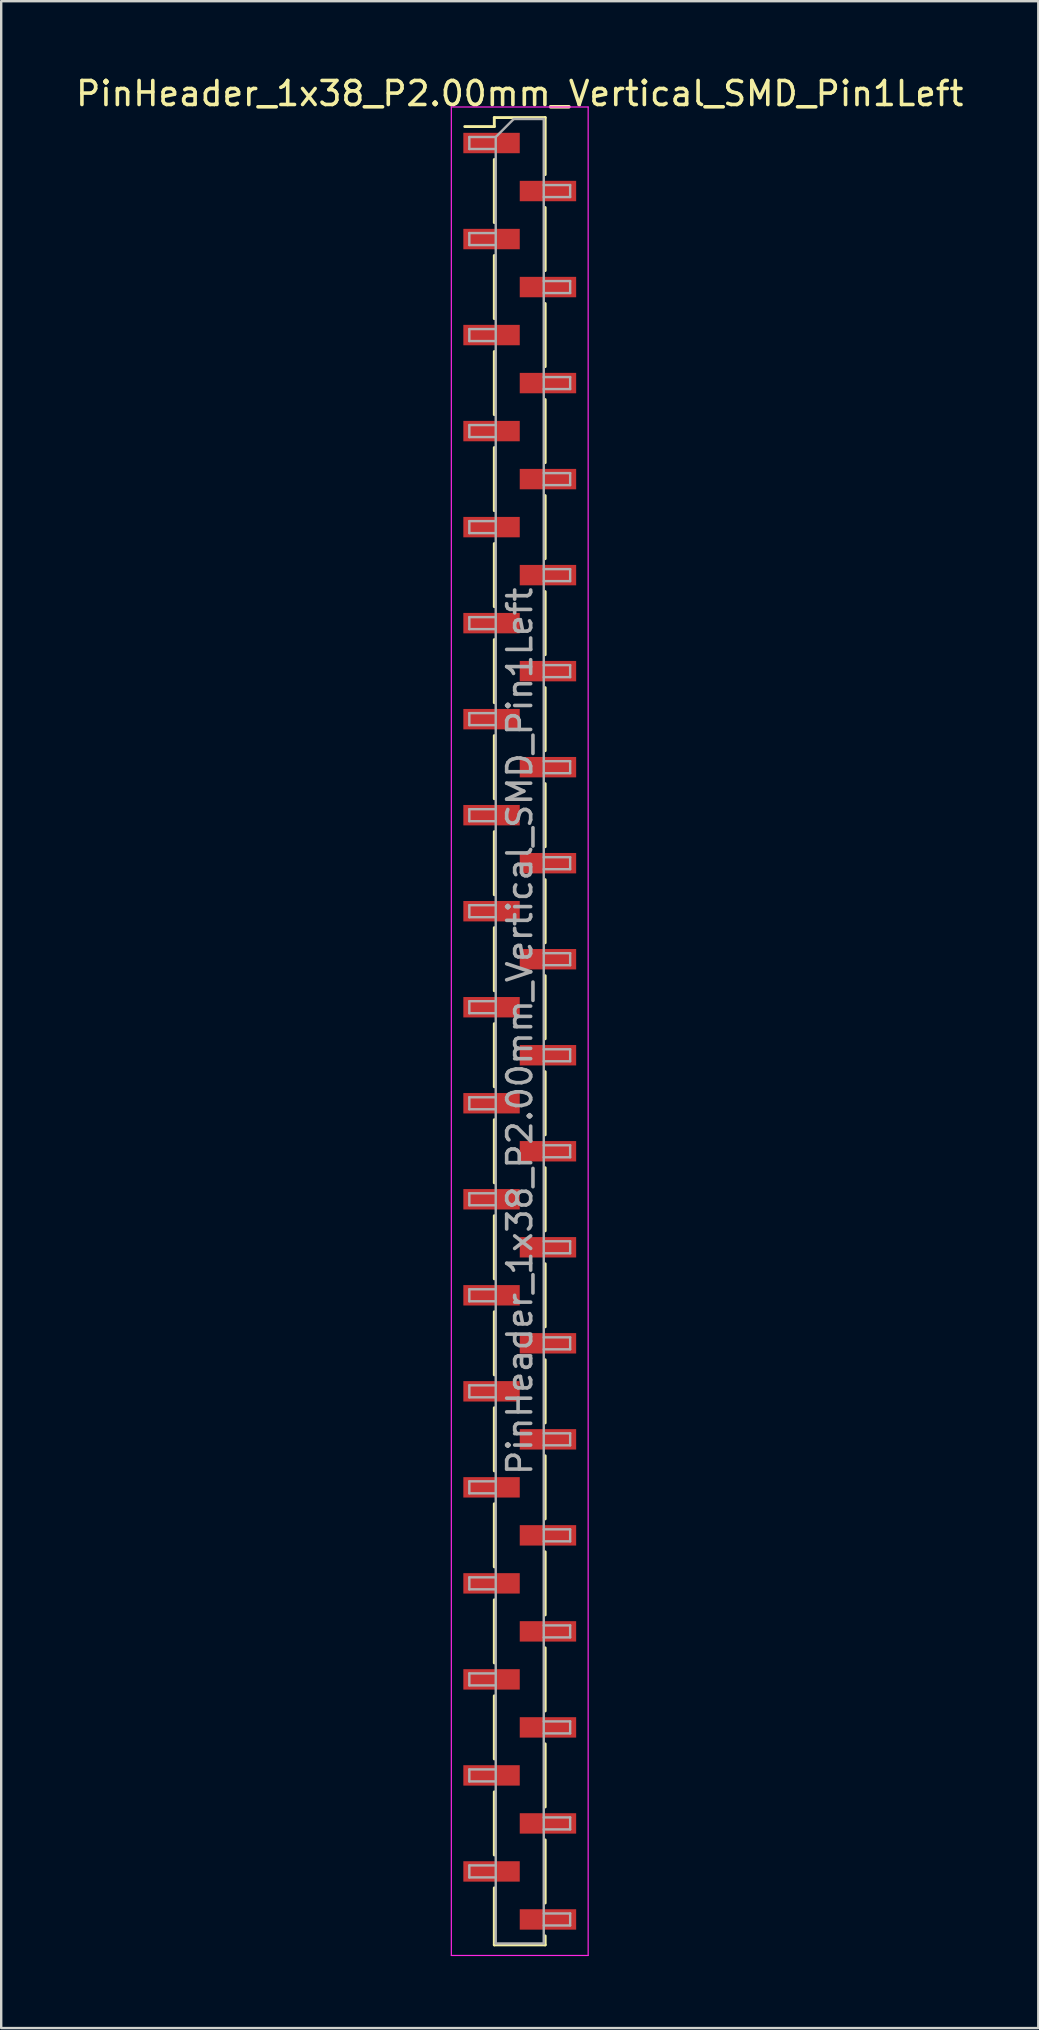
<source format=kicad_pcb>
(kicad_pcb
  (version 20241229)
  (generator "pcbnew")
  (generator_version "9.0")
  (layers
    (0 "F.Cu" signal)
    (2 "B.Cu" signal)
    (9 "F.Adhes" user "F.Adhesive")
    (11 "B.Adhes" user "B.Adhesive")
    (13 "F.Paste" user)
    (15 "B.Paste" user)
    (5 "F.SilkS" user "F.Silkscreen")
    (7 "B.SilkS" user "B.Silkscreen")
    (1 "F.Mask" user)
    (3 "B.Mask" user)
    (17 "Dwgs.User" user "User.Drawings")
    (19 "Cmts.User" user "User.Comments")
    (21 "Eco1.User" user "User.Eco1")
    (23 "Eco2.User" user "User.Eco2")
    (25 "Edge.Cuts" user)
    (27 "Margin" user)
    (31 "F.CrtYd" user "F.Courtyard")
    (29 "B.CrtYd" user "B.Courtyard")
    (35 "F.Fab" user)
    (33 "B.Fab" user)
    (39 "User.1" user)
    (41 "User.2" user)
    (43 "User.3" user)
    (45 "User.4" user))
  (footprint "PinHeader_1x38_P2.00mm_Vertical_SMD_Pin1Left"
    (layer "F.Cu")
    (at 18.601 39.908)
    (property "Reference" "PinHeader_1x38_P2.00mm_Vertical_SMD_Pin1Left" (at 0 -39.06 0) (layer "F.SilkS") (effects (font (size 1 1) (thickness 0.15))))
    (attr smd)
    (fp_line (start -1.06 -38.06) (end -1.06 -37.685) (stroke (width 0.12) (type solid)) (layer "F.SilkS"))
    (fp_line (start -1.06 -38.06) (end 1.06 -38.06) (stroke (width 0.12) (type solid)) (layer "F.SilkS"))
    (fp_line (start -1.06 -37.685) (end -2.29 -37.685) (stroke (width 0.12) (type solid)) (layer "F.SilkS"))
    (fp_line (start -1.06 -36.315) (end -1.06 -33.685) (stroke (width 0.12) (type solid)) (layer "F.SilkS"))
    (fp_line (start -1.06 -32.315) (end -1.06 -29.685) (stroke (width 0.12) (type solid)) (layer "F.SilkS"))
    (fp_line (start -1.06 -28.315) (end -1.06 -25.685) (stroke (width 0.12) (type solid)) (layer "F.SilkS"))
    (fp_line (start -1.06 -24.315) (end -1.06 -21.685) (stroke (width 0.12) (type solid)) (layer "F.SilkS"))
    (fp_line (start -1.06 -20.315) (end -1.06 -17.685) (stroke (width 0.12) (type solid)) (layer "F.SilkS"))
    (fp_line (start -1.06 -16.315) (end -1.06 -13.685) (stroke (width 0.12) (type solid)) (layer "F.SilkS"))
    (fp_line (start -1.06 -12.315) (end -1.06 -9.685) (stroke (width 0.12) (type solid)) (layer "F.SilkS"))
    (fp_line (start -1.06 -8.315) (end -1.06 -5.685) (stroke (width 0.12) (type solid)) (layer "F.SilkS"))
    (fp_line (start -1.06 -4.315) (end -1.06 -1.685) (stroke (width 0.12) (type solid)) (layer "F.SilkS"))
    (fp_line (start -1.06 -0.315) (end -1.06 2.315) (stroke (width 0.12) (type solid)) (layer "F.SilkS"))
    (fp_line (start -1.06 3.685) (end -1.06 6.315) (stroke (width 0.12) (type solid)) (layer "F.SilkS"))
    (fp_line (start -1.06 7.685) (end -1.06 10.315) (stroke (width 0.12) (type solid)) (layer "F.SilkS"))
    (fp_line (start -1.06 11.685) (end -1.06 14.315) (stroke (width 0.12) (type solid)) (layer "F.SilkS"))
    (fp_line (start -1.06 15.685) (end -1.06 18.315) (stroke (width 0.12) (type solid)) (layer "F.SilkS"))
    (fp_line (start -1.06 19.685) (end -1.06 22.315) (stroke (width 0.12) (type solid)) (layer "F.SilkS"))
    (fp_line (start -1.06 23.685) (end -1.06 26.315) (stroke (width 0.12) (type solid)) (layer "F.SilkS"))
    (fp_line (start -1.06 27.685) (end -1.06 30.315) (stroke (width 0.12) (type solid)) (layer "F.SilkS"))
    (fp_line (start -1.06 31.685) (end -1.06 34.315) (stroke (width 0.12) (type solid)) (layer "F.SilkS"))
    (fp_line (start -1.06 35.685) (end -1.06 38.06) (stroke (width 0.12) (type solid)) (layer "F.SilkS"))
    (fp_line (start -1.06 38.06) (end 1.06 38.06) (stroke (width 0.12) (type solid)) (layer "F.SilkS"))
    (fp_line (start 1.06 -38.06) (end 1.06 -35.685) (stroke (width 0.12) (type solid)) (layer "F.SilkS"))
    (fp_line (start 1.06 -34.315) (end 1.06 -31.685) (stroke (width 0.12) (type solid)) (layer "F.SilkS"))
    (fp_line (start 1.06 -30.315) (end 1.06 -27.685) (stroke (width 0.12) (type solid)) (layer "F.SilkS"))
    (fp_line (start 1.06 -26.315) (end 1.06 -23.685) (stroke (width 0.12) (type solid)) (layer "F.SilkS"))
    (fp_line (start 1.06 -22.315) (end 1.06 -19.685) (stroke (width 0.12) (type solid)) (layer "F.SilkS"))
    (fp_line (start 1.06 -18.315) (end 1.06 -15.685) (stroke (width 0.12) (type solid)) (layer "F.SilkS"))
    (fp_line (start 1.06 -14.315) (end 1.06 -11.685) (stroke (width 0.12) (type solid)) (layer "F.SilkS"))
    (fp_line (start 1.06 -10.315) (end 1.06 -7.685) (stroke (width 0.12) (type solid)) (layer "F.SilkS"))
    (fp_line (start 1.06 -6.315) (end 1.06 -3.685) (stroke (width 0.12) (type solid)) (layer "F.SilkS"))
    (fp_line (start 1.06 -2.315) (end 1.06 0.315) (stroke (width 0.12) (type solid)) (layer "F.SilkS"))
    (fp_line (start 1.06 1.685) (end 1.06 4.315) (stroke (width 0.12) (type solid)) (layer "F.SilkS"))
    (fp_line (start 1.06 5.685) (end 1.06 8.315) (stroke (width 0.12) (type solid)) (layer "F.SilkS"))
    (fp_line (start 1.06 9.685) (end 1.06 12.315) (stroke (width 0.12) (type solid)) (layer "F.SilkS"))
    (fp_line (start 1.06 13.685) (end 1.06 16.315) (stroke (width 0.12) (type solid)) (layer "F.SilkS"))
    (fp_line (start 1.06 17.685) (end 1.06 20.315) (stroke (width 0.12) (type solid)) (layer "F.SilkS"))
    (fp_line (start 1.06 21.685) (end 1.06 24.315) (stroke (width 0.12) (type solid)) (layer "F.SilkS"))
    (fp_line (start 1.06 25.685) (end 1.06 28.315) (stroke (width 0.12) (type solid)) (layer "F.SilkS"))
    (fp_line (start 1.06 29.685) (end 1.06 32.315) (stroke (width 0.12) (type solid)) (layer "F.SilkS"))
    (fp_line (start 1.06 33.685) (end 1.06 36.315) (stroke (width 0.12) (type solid)) (layer "F.SilkS"))
    (fp_line (start 1.06 37.685) (end 1.06 38.06) (stroke (width 0.12) (type solid)) (layer "F.SilkS"))
    (fp_line (start -2.85 -38.5) (end -2.85 38.5) (stroke (width 0.05) (type solid)) (layer "F.CrtYd"))
    (fp_line (start -2.85 38.5) (end 2.85 38.5) (stroke (width 0.05) (type solid)) (layer "F.CrtYd"))
    (fp_line (start 2.85 -38.5) (end -2.85 -38.5) (stroke (width 0.05) (type solid)) (layer "F.CrtYd"))
    (fp_line (start 2.85 38.5) (end 2.85 -38.5) (stroke (width 0.05) (type solid)) (layer "F.CrtYd"))
    (fp_line (start -2.1 -37.25) (end -2.1 -36.75) (stroke (width 0.1) (type solid)) (layer "F.Fab"))
    (fp_line (start -2.1 -36.75) (end -1 -36.75) (stroke (width 0.1) (type solid)) (layer "F.Fab"))
    (fp_line (start -2.1 -33.25) (end -2.1 -32.75) (stroke (width 0.1) (type solid)) (layer "F.Fab"))
    (fp_line (start -2.1 -32.75) (end -1 -32.75) (stroke (width 0.1) (type solid)) (layer "F.Fab"))
    (fp_line (start -2.1 -29.25) (end -2.1 -28.75) (stroke (width 0.1) (type solid)) (layer "F.Fab"))
    (fp_line (start -2.1 -28.75) (end -1 -28.75) (stroke (width 0.1) (type solid)) (layer "F.Fab"))
    (fp_line (start -2.1 -25.25) (end -2.1 -24.75) (stroke (width 0.1) (type solid)) (layer "F.Fab"))
    (fp_line (start -2.1 -24.75) (end -1 -24.75) (stroke (width 0.1) (type solid)) (layer "F.Fab"))
    (fp_line (start -2.1 -21.25) (end -2.1 -20.75) (stroke (width 0.1) (type solid)) (layer "F.Fab"))
    (fp_line (start -2.1 -20.75) (end -1 -20.75) (stroke (width 0.1) (type solid)) (layer "F.Fab"))
    (fp_line (start -2.1 -17.25) (end -2.1 -16.75) (stroke (width 0.1) (type solid)) (layer "F.Fab"))
    (fp_line (start -2.1 -16.75) (end -1 -16.75) (stroke (width 0.1) (type solid)) (layer "F.Fab"))
    (fp_line (start -2.1 -13.25) (end -2.1 -12.75) (stroke (width 0.1) (type solid)) (layer "F.Fab"))
    (fp_line (start -2.1 -12.75) (end -1 -12.75) (stroke (width 0.1) (type solid)) (layer "F.Fab"))
    (fp_line (start -2.1 -9.25) (end -2.1 -8.75) (stroke (width 0.1) (type solid)) (layer "F.Fab"))
    (fp_line (start -2.1 -8.75) (end -1 -8.75) (stroke (width 0.1) (type solid)) (layer "F.Fab"))
    (fp_line (start -2.1 -5.25) (end -2.1 -4.75) (stroke (width 0.1) (type solid)) (layer "F.Fab"))
    (fp_line (start -2.1 -4.75) (end -1 -4.75) (stroke (width 0.1) (type solid)) (layer "F.Fab"))
    (fp_line (start -2.1 -1.25) (end -2.1 -0.75) (stroke (width 0.1) (type solid)) (layer "F.Fab"))
    (fp_line (start -2.1 -0.75) (end -1 -0.75) (stroke (width 0.1) (type solid)) (layer "F.Fab"))
    (fp_line (start -2.1 2.75) (end -2.1 3.25) (stroke (width 0.1) (type solid)) (layer "F.Fab"))
    (fp_line (start -2.1 3.25) (end -1 3.25) (stroke (width 0.1) (type solid)) (layer "F.Fab"))
    (fp_line (start -2.1 6.75) (end -2.1 7.25) (stroke (width 0.1) (type solid)) (layer "F.Fab"))
    (fp_line (start -2.1 7.25) (end -1 7.25) (stroke (width 0.1) (type solid)) (layer "F.Fab"))
    (fp_line (start -2.1 10.75) (end -2.1 11.25) (stroke (width 0.1) (type solid)) (layer "F.Fab"))
    (fp_line (start -2.1 11.25) (end -1 11.25) (stroke (width 0.1) (type solid)) (layer "F.Fab"))
    (fp_line (start -2.1 14.75) (end -2.1 15.25) (stroke (width 0.1) (type solid)) (layer "F.Fab"))
    (fp_line (start -2.1 15.25) (end -1 15.25) (stroke (width 0.1) (type solid)) (layer "F.Fab"))
    (fp_line (start -2.1 18.75) (end -2.1 19.25) (stroke (width 0.1) (type solid)) (layer "F.Fab"))
    (fp_line (start -2.1 19.25) (end -1 19.25) (stroke (width 0.1) (type solid)) (layer "F.Fab"))
    (fp_line (start -2.1 22.75) (end -2.1 23.25) (stroke (width 0.1) (type solid)) (layer "F.Fab"))
    (fp_line (start -2.1 23.25) (end -1 23.25) (stroke (width 0.1) (type solid)) (layer "F.Fab"))
    (fp_line (start -2.1 26.75) (end -2.1 27.25) (stroke (width 0.1) (type solid)) (layer "F.Fab"))
    (fp_line (start -2.1 27.25) (end -1 27.25) (stroke (width 0.1) (type solid)) (layer "F.Fab"))
    (fp_line (start -2.1 30.75) (end -2.1 31.25) (stroke (width 0.1) (type solid)) (layer "F.Fab"))
    (fp_line (start -2.1 31.25) (end -1 31.25) (stroke (width 0.1) (type solid)) (layer "F.Fab"))
    (fp_line (start -2.1 34.75) (end -2.1 35.25) (stroke (width 0.1) (type solid)) (layer "F.Fab"))
    (fp_line (start -2.1 35.25) (end -1 35.25) (stroke (width 0.1) (type solid)) (layer "F.Fab"))
    (fp_line (start -1 -37.25) (end -2.1 -37.25) (stroke (width 0.1) (type solid)) (layer "F.Fab"))
    (fp_line (start -1 -37.25) (end -0.25 -38) (stroke (width 0.1) (type solid)) (layer "F.Fab"))
    (fp_line (start -1 -33.25) (end -2.1 -33.25) (stroke (width 0.1) (type solid)) (layer "F.Fab"))
    (fp_line (start -1 -29.25) (end -2.1 -29.25) (stroke (width 0.1) (type solid)) (layer "F.Fab"))
    (fp_line (start -1 -25.25) (end -2.1 -25.25) (stroke (width 0.1) (type solid)) (layer "F.Fab"))
    (fp_line (start -1 -21.25) (end -2.1 -21.25) (stroke (width 0.1) (type solid)) (layer "F.Fab"))
    (fp_line (start -1 -17.25) (end -2.1 -17.25) (stroke (width 0.1) (type solid)) (layer "F.Fab"))
    (fp_line (start -1 -13.25) (end -2.1 -13.25) (stroke (width 0.1) (type solid)) (layer "F.Fab"))
    (fp_line (start -1 -9.25) (end -2.1 -9.25) (stroke (width 0.1) (type solid)) (layer "F.Fab"))
    (fp_line (start -1 -5.25) (end -2.1 -5.25) (stroke (width 0.1) (type solid)) (layer "F.Fab"))
    (fp_line (start -1 -1.25) (end -2.1 -1.25) (stroke (width 0.1) (type solid)) (layer "F.Fab"))
    (fp_line (start -1 2.75) (end -2.1 2.75) (stroke (width 0.1) (type solid)) (layer "F.Fab"))
    (fp_line (start -1 6.75) (end -2.1 6.75) (stroke (width 0.1) (type solid)) (layer "F.Fab"))
    (fp_line (start -1 10.75) (end -2.1 10.75) (stroke (width 0.1) (type solid)) (layer "F.Fab"))
    (fp_line (start -1 14.75) (end -2.1 14.75) (stroke (width 0.1) (type solid)) (layer "F.Fab"))
    (fp_line (start -1 18.75) (end -2.1 18.75) (stroke (width 0.1) (type solid)) (layer "F.Fab"))
    (fp_line (start -1 22.75) (end -2.1 22.75) (stroke (width 0.1) (type solid)) (layer "F.Fab"))
    (fp_line (start -1 26.75) (end -2.1 26.75) (stroke (width 0.1) (type solid)) (layer "F.Fab"))
    (fp_line (start -1 30.75) (end -2.1 30.75) (stroke (width 0.1) (type solid)) (layer "F.Fab"))
    (fp_line (start -1 34.75) (end -2.1 34.75) (stroke (width 0.1) (type solid)) (layer "F.Fab"))
    (fp_line (start -1 38) (end -1 -37.25) (stroke (width 0.1) (type solid)) (layer "F.Fab"))
    (fp_line (start -0.25 -38) (end 1 -38) (stroke (width 0.1) (type solid)) (layer "F.Fab"))
    (fp_line (start 1 -38) (end 1 38) (stroke (width 0.1) (type solid)) (layer "F.Fab"))
    (fp_line (start 1 -35.25) (end 2.1 -35.25) (stroke (width 0.1) (type solid)) (layer "F.Fab"))
    (fp_line (start 1 -31.25) (end 2.1 -31.25) (stroke (width 0.1) (type solid)) (layer "F.Fab"))
    (fp_line (start 1 -27.25) (end 2.1 -27.25) (stroke (width 0.1) (type solid)) (layer "F.Fab"))
    (fp_line (start 1 -23.25) (end 2.1 -23.25) (stroke (width 0.1) (type solid)) (layer "F.Fab"))
    (fp_line (start 1 -19.25) (end 2.1 -19.25) (stroke (width 0.1) (type solid)) (layer "F.Fab"))
    (fp_line (start 1 -15.25) (end 2.1 -15.25) (stroke (width 0.1) (type solid)) (layer "F.Fab"))
    (fp_line (start 1 -11.25) (end 2.1 -11.25) (stroke (width 0.1) (type solid)) (layer "F.Fab"))
    (fp_line (start 1 -7.25) (end 2.1 -7.25) (stroke (width 0.1) (type solid)) (layer "F.Fab"))
    (fp_line (start 1 -3.25) (end 2.1 -3.25) (stroke (width 0.1) (type solid)) (layer "F.Fab"))
    (fp_line (start 1 0.75) (end 2.1 0.75) (stroke (width 0.1) (type solid)) (layer "F.Fab"))
    (fp_line (start 1 4.75) (end 2.1 4.75) (stroke (width 0.1) (type solid)) (layer "F.Fab"))
    (fp_line (start 1 8.75) (end 2.1 8.75) (stroke (width 0.1) (type solid)) (layer "F.Fab"))
    (fp_line (start 1 12.75) (end 2.1 12.75) (stroke (width 0.1) (type solid)) (layer "F.Fab"))
    (fp_line (start 1 16.75) (end 2.1 16.75) (stroke (width 0.1) (type solid)) (layer "F.Fab"))
    (fp_line (start 1 20.75) (end 2.1 20.75) (stroke (width 0.1) (type solid)) (layer "F.Fab"))
    (fp_line (start 1 24.75) (end 2.1 24.75) (stroke (width 0.1) (type solid)) (layer "F.Fab"))
    (fp_line (start 1 28.75) (end 2.1 28.75) (stroke (width 0.1) (type solid)) (layer "F.Fab"))
    (fp_line (start 1 32.75) (end 2.1 32.75) (stroke (width 0.1) (type solid)) (layer "F.Fab"))
    (fp_line (start 1 36.75) (end 2.1 36.75) (stroke (width 0.1) (type solid)) (layer "F.Fab"))
    (fp_line (start 1 38) (end -1 38) (stroke (width 0.1) (type solid)) (layer "F.Fab"))
    (fp_line (start 2.1 -35.25) (end 2.1 -34.75) (stroke (width 0.1) (type solid)) (layer "F.Fab"))
    (fp_line (start 2.1 -34.75) (end 1 -34.75) (stroke (width 0.1) (type solid)) (layer "F.Fab"))
    (fp_line (start 2.1 -31.25) (end 2.1 -30.75) (stroke (width 0.1) (type solid)) (layer "F.Fab"))
    (fp_line (start 2.1 -30.75) (end 1 -30.75) (stroke (width 0.1) (type solid)) (layer "F.Fab"))
    (fp_line (start 2.1 -27.25) (end 2.1 -26.75) (stroke (width 0.1) (type solid)) (layer "F.Fab"))
    (fp_line (start 2.1 -26.75) (end 1 -26.75) (stroke (width 0.1) (type solid)) (layer "F.Fab"))
    (fp_line (start 2.1 -23.25) (end 2.1 -22.75) (stroke (width 0.1) (type solid)) (layer "F.Fab"))
    (fp_line (start 2.1 -22.75) (end 1 -22.75) (stroke (width 0.1) (type solid)) (layer "F.Fab"))
    (fp_line (start 2.1 -19.25) (end 2.1 -18.75) (stroke (width 0.1) (type solid)) (layer "F.Fab"))
    (fp_line (start 2.1 -18.75) (end 1 -18.75) (stroke (width 0.1) (type solid)) (layer "F.Fab"))
    (fp_line (start 2.1 -15.25) (end 2.1 -14.75) (stroke (width 0.1) (type solid)) (layer "F.Fab"))
    (fp_line (start 2.1 -14.75) (end 1 -14.75) (stroke (width 0.1) (type solid)) (layer "F.Fab"))
    (fp_line (start 2.1 -11.25) (end 2.1 -10.75) (stroke (width 0.1) (type solid)) (layer "F.Fab"))
    (fp_line (start 2.1 -10.75) (end 1 -10.75) (stroke (width 0.1) (type solid)) (layer "F.Fab"))
    (fp_line (start 2.1 -7.25) (end 2.1 -6.75) (stroke (width 0.1) (type solid)) (layer "F.Fab"))
    (fp_line (start 2.1 -6.75) (end 1 -6.75) (stroke (width 0.1) (type solid)) (layer "F.Fab"))
    (fp_line (start 2.1 -3.25) (end 2.1 -2.75) (stroke (width 0.1) (type solid)) (layer "F.Fab"))
    (fp_line (start 2.1 -2.75) (end 1 -2.75) (stroke (width 0.1) (type solid)) (layer "F.Fab"))
    (fp_line (start 2.1 0.75) (end 2.1 1.25) (stroke (width 0.1) (type solid)) (layer "F.Fab"))
    (fp_line (start 2.1 1.25) (end 1 1.25) (stroke (width 0.1) (type solid)) (layer "F.Fab"))
    (fp_line (start 2.1 4.75) (end 2.1 5.25) (stroke (width 0.1) (type solid)) (layer "F.Fab"))
    (fp_line (start 2.1 5.25) (end 1 5.25) (stroke (width 0.1) (type solid)) (layer "F.Fab"))
    (fp_line (start 2.1 8.75) (end 2.1 9.25) (stroke (width 0.1) (type solid)) (layer "F.Fab"))
    (fp_line (start 2.1 9.25) (end 1 9.25) (stroke (width 0.1) (type solid)) (layer "F.Fab"))
    (fp_line (start 2.1 12.75) (end 2.1 13.25) (stroke (width 0.1) (type solid)) (layer "F.Fab"))
    (fp_line (start 2.1 13.25) (end 1 13.25) (stroke (width 0.1) (type solid)) (layer "F.Fab"))
    (fp_line (start 2.1 16.75) (end 2.1 17.25) (stroke (width 0.1) (type solid)) (layer "F.Fab"))
    (fp_line (start 2.1 17.25) (end 1 17.25) (stroke (width 0.1) (type solid)) (layer "F.Fab"))
    (fp_line (start 2.1 20.75) (end 2.1 21.25) (stroke (width 0.1) (type solid)) (layer "F.Fab"))
    (fp_line (start 2.1 21.25) (end 1 21.25) (stroke (width 0.1) (type solid)) (layer "F.Fab"))
    (fp_line (start 2.1 24.75) (end 2.1 25.25) (stroke (width 0.1) (type solid)) (layer "F.Fab"))
    (fp_line (start 2.1 25.25) (end 1 25.25) (stroke (width 0.1) (type solid)) (layer "F.Fab"))
    (fp_line (start 2.1 28.75) (end 2.1 29.25) (stroke (width 0.1) (type solid)) (layer "F.Fab"))
    (fp_line (start 2.1 29.25) (end 1 29.25) (stroke (width 0.1) (type solid)) (layer "F.Fab"))
    (fp_line (start 2.1 32.75) (end 2.1 33.25) (stroke (width 0.1) (type solid)) (layer "F.Fab"))
    (fp_line (start 2.1 33.25) (end 1 33.25) (stroke (width 0.1) (type solid)) (layer "F.Fab"))
    (fp_line (start 2.1 36.75) (end 2.1 37.25) (stroke (width 0.1) (type solid)) (layer "F.Fab"))
    (fp_line (start 2.1 37.25) (end 1 37.25) (stroke (width 0.1) (type solid)) (layer "F.Fab"))
    (fp_text user "${REFERENCE}" (at 0 0 90) (layer "F.Fab") (effects (font (size 1 1) (thickness 0.15))))
    (pad "1" smd rect (at -1.175 -37) (size 2.35 0.85) (layers "F.Cu" "F.Mask" "F.Paste"))
    (pad "2" smd rect (at 1.175 -35) (size 2.35 0.85) (layers "F.Cu" "F.Mask" "F.Paste"))
    (pad "3" smd rect (at -1.175 -33) (size 2.35 0.85) (layers "F.Cu" "F.Mask" "F.Paste"))
    (pad "4" smd rect (at 1.175 -31) (size 2.35 0.85) (layers "F.Cu" "F.Mask" "F.Paste"))
    (pad "5" smd rect (at -1.175 -29) (size 2.35 0.85) (layers "F.Cu" "F.Mask" "F.Paste"))
    (pad "6" smd rect (at 1.175 -27) (size 2.35 0.85) (layers "F.Cu" "F.Mask" "F.Paste"))
    (pad "7" smd rect (at -1.175 -25) (size 2.35 0.85) (layers "F.Cu" "F.Mask" "F.Paste"))
    (pad "8" smd rect (at 1.175 -23) (size 2.35 0.85) (layers "F.Cu" "F.Mask" "F.Paste"))
    (pad "9" smd rect (at -1.175 -21) (size 2.35 0.85) (layers "F.Cu" "F.Mask" "F.Paste"))
    (pad "10" smd rect (at 1.175 -19) (size 2.35 0.85) (layers "F.Cu" "F.Mask" "F.Paste"))
    (pad "11" smd rect (at -1.175 -17) (size 2.35 0.85) (layers "F.Cu" "F.Mask" "F.Paste"))
    (pad "12" smd rect (at 1.175 -15) (size 2.35 0.85) (layers "F.Cu" "F.Mask" "F.Paste"))
    (pad "13" smd rect (at -1.175 -13) (size 2.35 0.85) (layers "F.Cu" "F.Mask" "F.Paste"))
    (pad "14" smd rect (at 1.175 -11) (size 2.35 0.85) (layers "F.Cu" "F.Mask" "F.Paste"))
    (pad "15" smd rect (at -1.175 -9) (size 2.35 0.85) (layers "F.Cu" "F.Mask" "F.Paste"))
    (pad "16" smd rect (at 1.175 -7) (size 2.35 0.85) (layers "F.Cu" "F.Mask" "F.Paste"))
    (pad "17" smd rect (at -1.175 -5) (size 2.35 0.85) (layers "F.Cu" "F.Mask" "F.Paste"))
    (pad "18" smd rect (at 1.175 -3) (size 2.35 0.85) (layers "F.Cu" "F.Mask" "F.Paste"))
    (pad "19" smd rect (at -1.175 -1) (size 2.35 0.85) (layers "F.Cu" "F.Mask" "F.Paste"))
    (pad "20" smd rect (at 1.175 1) (size 2.35 0.85) (layers "F.Cu" "F.Mask" "F.Paste"))
    (pad "21" smd rect (at -1.175 3) (size 2.35 0.85) (layers "F.Cu" "F.Mask" "F.Paste"))
    (pad "22" smd rect (at 1.175 5) (size 2.35 0.85) (layers "F.Cu" "F.Mask" "F.Paste"))
    (pad "23" smd rect (at -1.175 7) (size 2.35 0.85) (layers "F.Cu" "F.Mask" "F.Paste"))
    (pad "24" smd rect (at 1.175 9) (size 2.35 0.85) (layers "F.Cu" "F.Mask" "F.Paste"))
    (pad "25" smd rect (at -1.175 11) (size 2.35 0.85) (layers "F.Cu" "F.Mask" "F.Paste"))
    (pad "26" smd rect (at 1.175 13) (size 2.35 0.85) (layers "F.Cu" "F.Mask" "F.Paste"))
    (pad "27" smd rect (at -1.175 15) (size 2.35 0.85) (layers "F.Cu" "F.Mask" "F.Paste"))
    (pad "28" smd rect (at 1.175 17) (size 2.35 0.85) (layers "F.Cu" "F.Mask" "F.Paste"))
    (pad "29" smd rect (at -1.175 19) (size 2.35 0.85) (layers "F.Cu" "F.Mask" "F.Paste"))
    (pad "30" smd rect (at 1.175 21) (size 2.35 0.85) (layers "F.Cu" "F.Mask" "F.Paste"))
    (pad "31" smd rect (at -1.175 23) (size 2.35 0.85) (layers "F.Cu" "F.Mask" "F.Paste"))
    (pad "32" smd rect (at 1.175 25) (size 2.35 0.85) (layers "F.Cu" "F.Mask" "F.Paste"))
    (pad "33" smd rect (at -1.175 27) (size 2.35 0.85) (layers "F.Cu" "F.Mask" "F.Paste"))
    (pad "34" smd rect (at 1.175 29) (size 2.35 0.85) (layers "F.Cu" "F.Mask" "F.Paste"))
    (pad "35" smd rect (at -1.175 31) (size 2.35 0.85) (layers "F.Cu" "F.Mask" "F.Paste"))
    (pad "36" smd rect (at 1.175 33) (size 2.35 0.85) (layers "F.Cu" "F.Mask" "F.Paste"))
    (pad "37" smd rect (at -1.175 35) (size 2.35 0.85) (layers "F.Cu" "F.Mask" "F.Paste"))
    (pad "38" smd rect (at 1.175 37) (size 2.35 0.85) (layers "F.Cu" "F.Mask" "F.Paste")))
  (gr_rect
    (start -3 -3)
    (end 40.202 81.433)
    (stroke (width 0.1) (type default))
    (fill no)
    (layer "Edge.Cuts")))
</source>
